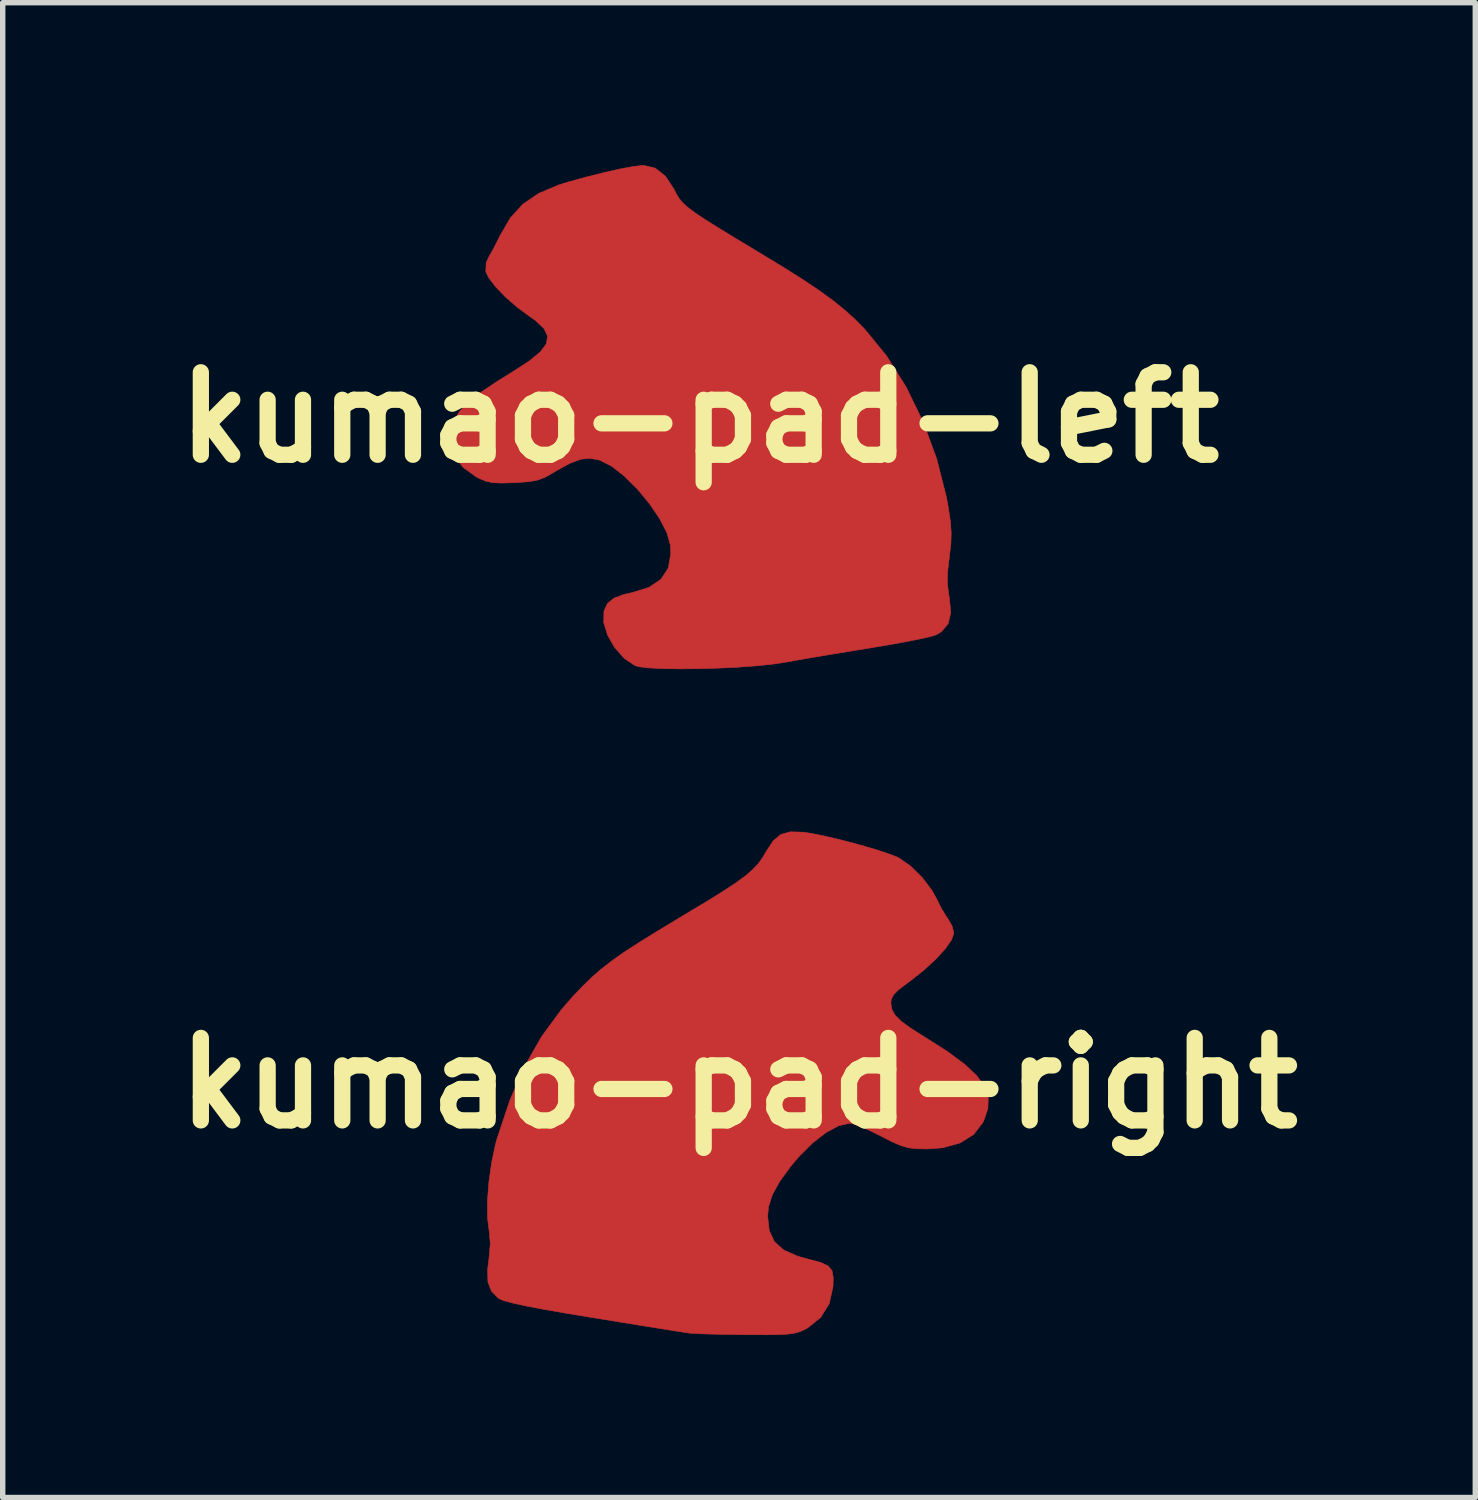
<source format=kicad_pcb>
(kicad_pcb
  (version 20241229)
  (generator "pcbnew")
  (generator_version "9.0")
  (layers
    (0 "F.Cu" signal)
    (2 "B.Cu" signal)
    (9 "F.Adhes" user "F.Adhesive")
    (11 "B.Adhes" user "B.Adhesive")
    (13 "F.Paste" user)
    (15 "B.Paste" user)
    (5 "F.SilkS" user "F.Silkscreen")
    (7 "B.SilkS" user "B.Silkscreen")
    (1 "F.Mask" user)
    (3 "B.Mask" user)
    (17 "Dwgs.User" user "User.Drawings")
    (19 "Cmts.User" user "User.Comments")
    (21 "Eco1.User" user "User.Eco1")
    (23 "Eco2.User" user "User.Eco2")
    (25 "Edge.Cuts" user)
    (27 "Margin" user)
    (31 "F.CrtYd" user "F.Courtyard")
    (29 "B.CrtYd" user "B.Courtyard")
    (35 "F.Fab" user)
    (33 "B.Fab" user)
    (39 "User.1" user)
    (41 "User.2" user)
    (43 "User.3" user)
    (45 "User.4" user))
  (footprint "kumao-pad-right"
    (layer "F.Cu")
    (at 10.603 16.959)
    (property "Reference" "kumao-pad-right" (at 0 0 0) (layer "F.SilkS") (effects (font (size 1.524 1.524) (thickness 0.3))))
    (attr smd)
    (fp_poly (pts (xy 1.187 -4.635) (xy 1.333 -4.613) (xy 1.587 -4.562) (xy 1.88 -4.493) (xy 2.185 -4.413) (xy 2.476 -4.329) (xy 2.726 -4.249) (xy 2.909 -4.18) (xy 2.953 -4.159) (xy 3.168 -4.01) (xy 3.383 -3.798) (xy 3.564 -3.56) (xy 3.65 -3.404) (xy 3.737 -3.229) (xy 3.832 -3.073) (xy 3.861 -3.033) (xy 3.938 -2.897) (xy 3.969 -2.769) (xy 3.927 -2.648) (xy 3.813 -2.484) (xy 3.64 -2.294) (xy 3.424 -2.094) (xy 3.179 -1.899) (xy 3.135 -1.867) (xy 2.96 -1.735) (xy 2.858 -1.636) (xy 2.812 -1.549) (xy 2.805 -1.483) (xy 2.821 -1.368) (xy 2.878 -1.26) (xy 2.991 -1.146) (xy 3.171 -1.014) (xy 3.433 -0.848) (xy 3.44 -0.844) (xy 3.85 -0.583) (xy 4.166 -0.349) (xy 4.394 -0.134) (xy 4.538 0.069) (xy 4.604 0.268) (xy 4.597 0.472) (xy 4.524 0.688) (xy 4.502 0.732) (xy 4.333 0.951) (xy 4.083 1.107) (xy 3.761 1.196) (xy 3.474 1.217) (xy 3.278 1.213) (xy 3.126 1.195) (xy 2.983 1.153) (xy 2.813 1.077) (xy 2.622 0.979) (xy 2.413 0.875) (xy 2.226 0.794) (xy 2.089 0.748) (xy 2.046 0.741) (xy 1.845 0.786) (xy 1.61 0.912) (xy 1.356 1.109) (xy 1.1 1.365) (xy 0.96 1.531) (xy 0.751 1.818) (xy 0.616 2.063) (xy 0.545 2.284) (xy 0.529 2.461) (xy 0.559 2.727) (xy 0.655 2.932) (xy 0.827 3.086) (xy 1.087 3.2) (xy 1.272 3.251) (xy 1.501 3.311) (xy 1.643 3.376) (xy 1.718 3.465) (xy 1.741 3.598) (xy 1.736 3.763) (xy 1.666 4.076) (xy 1.508 4.331) (xy 1.263 4.526) (xy 1.216 4.551) (xy 1.129 4.591) (xy 1.033 4.619) (xy 0.91 4.637) (xy 0.741 4.647) (xy 0.507 4.65) (xy 0.189 4.649) (xy 0.121 4.649) (xy -0.187 4.645) (xy -0.469 4.639) (xy -0.702 4.632) (xy -0.866 4.624) (xy -0.926 4.618) (xy -1.017 4.604) (xy -1.198 4.576) (xy -1.455 4.535) (xy -1.773 4.484) (xy -2.139 4.425) (xy -2.538 4.36) (xy -2.699 4.334) (xy -3.207 4.25) (xy -3.618 4.178) (xy -3.939 4.117) (xy -4.176 4.065) (xy -4.338 4.022) (xy -4.431 3.984) (xy -4.445 3.975) (xy -4.574 3.844) (xy -4.639 3.674) (xy -4.645 3.445) (xy -4.622 3.269) (xy -4.595 2.96) (xy -4.617 2.726) (xy -4.647 2.487) (xy -4.648 2.177) (xy -4.621 1.827) (xy -4.571 1.468) (xy -4.499 1.13) (xy -4.472 1.032) (xy -4.235 0.321) (xy -3.963 -0.305) (xy -3.646 -0.861) (xy -3.276 -1.364) (xy -3.049 -1.622) (xy -2.877 -1.801) (xy -2.713 -1.96) (xy -2.542 -2.109) (xy -2.351 -2.257) (xy -2.127 -2.415) (xy -1.855 -2.592) (xy -1.522 -2.798) (xy -1.115 -3.044) (xy -0.989 -3.12) (xy -0.603 -3.351) (xy -0.298 -3.541) (xy -0.062 -3.696) (xy 0.119 -3.828) (xy 0.255 -3.946) (xy 0.359 -4.058) (xy 0.442 -4.174) (xy 0.508 -4.287) (xy 0.634 -4.478) (xy 0.772 -4.593) (xy 0.949 -4.642) (xy 1.187 -4.635)) (stroke (width 0.01) (type solid)) (fill yes) (layer "F.Cu"))
    (fp_poly (pts (xy 1.187 -4.635) (xy 1.333 -4.613) (xy 1.587 -4.562) (xy 1.88 -4.493) (xy 2.185 -4.413) (xy 2.476 -4.329) (xy 2.726 -4.249) (xy 2.909 -4.18) (xy 2.953 -4.159) (xy 3.168 -4.01) (xy 3.383 -3.798) (xy 3.564 -3.56) (xy 3.65 -3.404) (xy 3.737 -3.229) (xy 3.832 -3.073) (xy 3.861 -3.033) (xy 3.938 -2.897) (xy 3.969 -2.769) (xy 3.927 -2.648) (xy 3.813 -2.484) (xy 3.64 -2.294) (xy 3.424 -2.094) (xy 3.179 -1.899) (xy 3.135 -1.867) (xy 2.96 -1.735) (xy 2.858 -1.636) (xy 2.812 -1.549) (xy 2.805 -1.483) (xy 2.821 -1.368) (xy 2.878 -1.26) (xy 2.991 -1.146) (xy 3.171 -1.014) (xy 3.433 -0.848) (xy 3.44 -0.844) (xy 3.85 -0.583) (xy 4.166 -0.349) (xy 4.394 -0.134) (xy 4.538 0.069) (xy 4.604 0.268) (xy 4.597 0.472) (xy 4.524 0.688) (xy 4.502 0.732) (xy 4.333 0.951) (xy 4.083 1.107) (xy 3.761 1.196) (xy 3.474 1.217) (xy 3.278 1.213) (xy 3.126 1.195) (xy 2.983 1.153) (xy 2.813 1.077) (xy 2.622 0.979) (xy 2.413 0.875) (xy 2.226 0.794) (xy 2.089 0.748) (xy 2.046 0.741) (xy 1.845 0.786) (xy 1.61 0.912) (xy 1.356 1.109) (xy 1.1 1.365) (xy 0.96 1.531) (xy 0.751 1.818) (xy 0.616 2.063) (xy 0.545 2.284) (xy 0.529 2.461) (xy 0.559 2.727) (xy 0.655 2.932) (xy 0.827 3.086) (xy 1.087 3.2) (xy 1.272 3.251) (xy 1.501 3.311) (xy 1.643 3.376) (xy 1.718 3.465) (xy 1.741 3.598) (xy 1.736 3.763) (xy 1.666 4.076) (xy 1.508 4.331) (xy 1.263 4.526) (xy 1.216 4.551) (xy 1.129 4.591) (xy 1.033 4.619) (xy 0.91 4.637) (xy 0.741 4.647) (xy 0.507 4.65) (xy 0.189 4.649) (xy 0.121 4.649) (xy -0.187 4.645) (xy -0.469 4.639) (xy -0.702 4.632) (xy -0.866 4.624) (xy -0.926 4.618) (xy -1.017 4.604) (xy -1.198 4.576) (xy -1.455 4.535) (xy -1.773 4.484) (xy -2.139 4.425) (xy -2.538 4.36) (xy -2.699 4.334) (xy -3.207 4.25) (xy -3.618 4.178) (xy -3.939 4.117) (xy -4.176 4.065) (xy -4.338 4.022) (xy -4.431 3.984) (xy -4.445 3.975) (xy -4.574 3.844) (xy -4.639 3.674) (xy -4.645 3.445) (xy -4.622 3.269) (xy -4.595 2.96) (xy -4.617 2.726) (xy -4.647 2.487) (xy -4.648 2.177) (xy -4.621 1.827) (xy -4.571 1.468) (xy -4.499 1.13) (xy -4.472 1.032) (xy -4.235 0.321) (xy -3.963 -0.305) (xy -3.646 -0.861) (xy -3.276 -1.364) (xy -3.049 -1.622) (xy -2.877 -1.801) (xy -2.713 -1.96) (xy -2.542 -2.109) (xy -2.351 -2.257) (xy -2.127 -2.415) (xy -1.855 -2.592) (xy -1.522 -2.798) (xy -1.115 -3.044) (xy -0.989 -3.12) (xy -0.603 -3.351) (xy -0.298 -3.541) (xy -0.062 -3.696) (xy 0.119 -3.828) (xy 0.255 -3.946) (xy 0.359 -4.058) (xy 0.442 -4.174) (xy 0.508 -4.287) (xy 0.634 -4.478) (xy 0.772 -4.593) (xy 0.949 -4.642) (xy 1.187 -4.635)) (stroke (width 0.01) (type solid)) (fill yes) (layer "F.Mask"))
    (fp_poly (pts (xy 1.187 -4.635) (xy 1.333 -4.613) (xy 1.587 -4.562) (xy 1.88 -4.493) (xy 2.185 -4.413) (xy 2.476 -4.329) (xy 2.726 -4.249) (xy 2.909 -4.18) (xy 2.953 -4.159) (xy 3.168 -4.01) (xy 3.383 -3.798) (xy 3.564 -3.56) (xy 3.65 -3.404) (xy 3.737 -3.229) (xy 3.832 -3.073) (xy 3.861 -3.033) (xy 3.938 -2.897) (xy 3.969 -2.769) (xy 3.927 -2.648) (xy 3.813 -2.484) (xy 3.64 -2.294) (xy 3.424 -2.094) (xy 3.179 -1.899) (xy 3.135 -1.867) (xy 2.96 -1.735) (xy 2.858 -1.636) (xy 2.812 -1.549) (xy 2.805 -1.483) (xy 2.821 -1.368) (xy 2.878 -1.26) (xy 2.991 -1.146) (xy 3.171 -1.014) (xy 3.433 -0.848) (xy 3.44 -0.844) (xy 3.85 -0.583) (xy 4.166 -0.349) (xy 4.394 -0.134) (xy 4.538 0.069) (xy 4.604 0.268) (xy 4.597 0.472) (xy 4.524 0.688) (xy 4.502 0.732) (xy 4.333 0.951) (xy 4.083 1.107) (xy 3.761 1.196) (xy 3.474 1.217) (xy 3.278 1.213) (xy 3.126 1.195) (xy 2.983 1.153) (xy 2.813 1.077) (xy 2.622 0.979) (xy 2.413 0.875) (xy 2.226 0.794) (xy 2.089 0.748) (xy 2.046 0.741) (xy 1.845 0.786) (xy 1.61 0.912) (xy 1.356 1.109) (xy 1.1 1.365) (xy 0.96 1.531) (xy 0.751 1.818) (xy 0.616 2.063) (xy 0.545 2.284) (xy 0.529 2.461) (xy 0.559 2.727) (xy 0.655 2.932) (xy 0.827 3.086) (xy 1.087 3.2) (xy 1.272 3.251) (xy 1.501 3.311) (xy 1.643 3.376) (xy 1.718 3.465) (xy 1.741 3.598) (xy 1.736 3.763) (xy 1.666 4.076) (xy 1.508 4.331) (xy 1.263 4.526) (xy 1.216 4.551) (xy 1.129 4.591) (xy 1.033 4.619) (xy 0.91 4.637) (xy 0.741 4.647) (xy 0.507 4.65) (xy 0.189 4.649) (xy 0.121 4.649) (xy -0.187 4.645) (xy -0.469 4.639) (xy -0.702 4.632) (xy -0.866 4.624) (xy -0.926 4.618) (xy -1.017 4.604) (xy -1.198 4.576) (xy -1.455 4.535) (xy -1.773 4.484) (xy -2.139 4.425) (xy -2.538 4.36) (xy -2.699 4.334) (xy -3.207 4.25) (xy -3.618 4.178) (xy -3.939 4.117) (xy -4.176 4.065) (xy -4.338 4.022) (xy -4.431 3.984) (xy -4.445 3.975) (xy -4.574 3.844) (xy -4.639 3.674) (xy -4.645 3.445) (xy -4.622 3.269) (xy -4.595 2.96) (xy -4.617 2.726) (xy -4.647 2.487) (xy -4.648 2.177) (xy -4.621 1.827) (xy -4.571 1.468) (xy -4.499 1.13) (xy -4.472 1.032) (xy -4.235 0.321) (xy -3.963 -0.305) (xy -3.646 -0.861) (xy -3.276 -1.364) (xy -3.049 -1.622) (xy -2.877 -1.801) (xy -2.713 -1.96) (xy -2.542 -2.109) (xy -2.351 -2.257) (xy -2.127 -2.415) (xy -1.855 -2.592) (xy -1.522 -2.798) (xy -1.115 -3.044) (xy -0.989 -3.12) (xy -0.603 -3.351) (xy -0.298 -3.541) (xy -0.062 -3.696) (xy 0.119 -3.828) (xy 0.255 -3.946) (xy 0.359 -4.058) (xy 0.442 -4.174) (xy 0.508 -4.287) (xy 0.634 -4.478) (xy 0.772 -4.593) (xy 0.949 -4.642) (xy 1.187 -4.635)) (stroke (width 0.01) (type solid)) (fill yes) (layer "F.Paste")))
  (footprint "kumao-pad-left"
    (layer "F.Cu")
    (at 9.877 4.662)
    (property "Reference" "kumao-pad-left" (at 0 0 0) (layer "F.SilkS") (effects (font (size 1.524 1.524) (thickness 0.3))))
    (attr smd)
    (fp_poly (pts (xy -0.823 -4.606) (xy -0.633 -4.457) (xy -0.477 -4.219) (xy -0.469 -4.204) (xy -0.425 -4.116) (xy -0.375 -4.037) (xy -0.309 -3.96) (xy -0.216 -3.877) (xy -0.085 -3.779) (xy 0.093 -3.66) (xy 0.331 -3.511) (xy 0.637 -3.324) (xy 1.023 -3.091) (xy 1.058 -3.07) (xy 1.513 -2.794) (xy 1.888 -2.558) (xy 2.196 -2.352) (xy 2.453 -2.166) (xy 2.671 -1.991) (xy 2.864 -1.817) (xy 3.046 -1.633) (xy 3.453 -1.135) (xy 3.817 -0.556) (xy 4.128 0.084) (xy 4.378 0.765) (xy 4.556 1.467) (xy 4.588 1.64) (xy 4.63 1.914) (xy 4.646 2.13) (xy 4.64 2.336) (xy 4.611 2.579) (xy 4.611 2.581) (xy 4.579 2.858) (xy 4.576 3.078) (xy 4.603 3.286) (xy 4.61 3.324) (xy 4.638 3.601) (xy 4.59 3.81) (xy 4.463 3.96) (xy 4.371 4.014) (xy 4.274 4.045) (xy 4.09 4.087) (xy 3.838 4.138) (xy 3.537 4.193) (xy 3.204 4.249) (xy 3.128 4.262) (xy 2.763 4.321) (xy 2.399 4.381) (xy 2.061 4.438) (xy 1.776 4.487) (xy 1.568 4.525) (xy 1.561 4.526) (xy 1.323 4.561) (xy 1.026 4.591) (xy 0.689 4.615) (xy 0.33 4.632) (xy -0.031 4.642) (xy -0.376 4.645) (xy -0.685 4.64) (xy -0.939 4.627) (xy -1.12 4.606) (xy -1.192 4.586) (xy -1.395 4.45) (xy -1.57 4.253) (xy -1.702 4.023) (xy -1.774 3.788) (xy -1.769 3.578) (xy -1.707 3.439) (xy -1.588 3.34) (xy -1.394 3.268) (xy -1.253 3.237) (xy -0.94 3.141) (xy -0.717 2.991) (xy -0.582 2.784) (xy -0.534 2.518) (xy -0.542 2.359) (xy -0.606 2.131) (xy -0.742 1.867) (xy -0.93 1.591) (xy -1.152 1.323) (xy -1.391 1.086) (xy -1.627 0.901) (xy -1.843 0.791) (xy -1.857 0.786) (xy -2.027 0.755) (xy -2.198 0.772) (xy -2.394 0.845) (xy -2.639 0.979) (xy -2.707 1.021) (xy -2.854 1.104) (xy -2.99 1.156) (xy -3.151 1.186) (xy -3.374 1.203) (xy -3.43 1.205) (xy -3.666 1.212) (xy -3.831 1.204) (xy -3.958 1.176) (xy -4.083 1.122) (xy -4.128 1.098) (xy -4.373 0.921) (xy -4.535 0.702) (xy -4.602 0.456) (xy -4.604 0.414) (xy -4.588 0.222) (xy -4.535 0.049) (xy -4.435 -0.114) (xy -4.276 -0.28) (xy -4.049 -0.46) (xy -3.744 -0.665) (xy -3.459 -0.841) (xy -3.154 -1.039) (xy -2.945 -1.21) (xy -2.832 -1.362) (xy -2.811 -1.505) (xy -2.879 -1.645) (xy -3.036 -1.792) (xy -3.149 -1.872) (xy -3.373 -2.037) (xy -3.586 -2.223) (xy -3.767 -2.41) (xy -3.896 -2.577) (xy -3.952 -2.691) (xy -3.945 -2.86) (xy -3.899 -2.96) (xy -3.827 -3.087) (xy -3.737 -3.261) (xy -3.688 -3.36) (xy -3.498 -3.687) (xy -3.265 -3.942) (xy -2.972 -4.141) (xy -2.6 -4.297) (xy -2.452 -4.343) (xy -2.103 -4.44) (xy -1.768 -4.524) (xy -1.467 -4.592) (xy -1.222 -4.637) (xy -1.053 -4.656) (xy -1.037 -4.657) (xy -0.823 -4.606)) (stroke (width 0.01) (type solid)) (fill yes) (layer "F.Cu"))
    (fp_poly (pts (xy -0.823 -4.606) (xy -0.633 -4.457) (xy -0.477 -4.219) (xy -0.469 -4.204) (xy -0.425 -4.116) (xy -0.375 -4.037) (xy -0.309 -3.96) (xy -0.216 -3.877) (xy -0.085 -3.779) (xy 0.093 -3.66) (xy 0.331 -3.511) (xy 0.637 -3.324) (xy 1.023 -3.091) (xy 1.058 -3.07) (xy 1.513 -2.794) (xy 1.888 -2.558) (xy 2.196 -2.352) (xy 2.453 -2.166) (xy 2.671 -1.991) (xy 2.864 -1.817) (xy 3.046 -1.633) (xy 3.453 -1.135) (xy 3.817 -0.556) (xy 4.128 0.084) (xy 4.378 0.765) (xy 4.556 1.467) (xy 4.588 1.64) (xy 4.63 1.914) (xy 4.646 2.13) (xy 4.64 2.336) (xy 4.611 2.579) (xy 4.611 2.581) (xy 4.579 2.858) (xy 4.576 3.078) (xy 4.603 3.286) (xy 4.61 3.324) (xy 4.638 3.601) (xy 4.59 3.81) (xy 4.463 3.96) (xy 4.371 4.014) (xy 4.274 4.045) (xy 4.09 4.087) (xy 3.838 4.138) (xy 3.537 4.193) (xy 3.204 4.249) (xy 3.128 4.262) (xy 2.763 4.321) (xy 2.399 4.381) (xy 2.061 4.438) (xy 1.776 4.487) (xy 1.568 4.525) (xy 1.561 4.526) (xy 1.323 4.561) (xy 1.026 4.591) (xy 0.689 4.615) (xy 0.33 4.632) (xy -0.031 4.642) (xy -0.376 4.645) (xy -0.685 4.64) (xy -0.939 4.627) (xy -1.12 4.606) (xy -1.192 4.586) (xy -1.395 4.45) (xy -1.57 4.253) (xy -1.702 4.023) (xy -1.774 3.788) (xy -1.769 3.578) (xy -1.707 3.439) (xy -1.588 3.34) (xy -1.394 3.268) (xy -1.253 3.237) (xy -0.94 3.141) (xy -0.717 2.991) (xy -0.582 2.784) (xy -0.534 2.518) (xy -0.542 2.359) (xy -0.606 2.131) (xy -0.742 1.867) (xy -0.93 1.591) (xy -1.152 1.323) (xy -1.391 1.086) (xy -1.627 0.901) (xy -1.843 0.791) (xy -1.857 0.786) (xy -2.027 0.755) (xy -2.198 0.772) (xy -2.394 0.845) (xy -2.639 0.979) (xy -2.707 1.021) (xy -2.854 1.104) (xy -2.99 1.156) (xy -3.151 1.186) (xy -3.374 1.203) (xy -3.43 1.205) (xy -3.666 1.212) (xy -3.831 1.204) (xy -3.958 1.176) (xy -4.083 1.122) (xy -4.128 1.098) (xy -4.373 0.921) (xy -4.535 0.702) (xy -4.602 0.456) (xy -4.604 0.414) (xy -4.588 0.222) (xy -4.535 0.049) (xy -4.435 -0.114) (xy -4.276 -0.28) (xy -4.049 -0.46) (xy -3.744 -0.665) (xy -3.459 -0.841) (xy -3.154 -1.039) (xy -2.945 -1.21) (xy -2.832 -1.362) (xy -2.811 -1.505) (xy -2.879 -1.645) (xy -3.036 -1.792) (xy -3.149 -1.872) (xy -3.373 -2.037) (xy -3.586 -2.223) (xy -3.767 -2.41) (xy -3.896 -2.577) (xy -3.952 -2.691) (xy -3.945 -2.86) (xy -3.899 -2.96) (xy -3.827 -3.087) (xy -3.737 -3.261) (xy -3.688 -3.36) (xy -3.498 -3.687) (xy -3.265 -3.942) (xy -2.972 -4.141) (xy -2.6 -4.297) (xy -2.452 -4.343) (xy -2.103 -4.44) (xy -1.768 -4.524) (xy -1.467 -4.592) (xy -1.222 -4.637) (xy -1.053 -4.656) (xy -1.037 -4.657) (xy -0.823 -4.606)) (stroke (width 0.01) (type solid)) (fill yes) (layer "F.Mask"))
    (fp_poly (pts (xy -0.823 -4.606) (xy -0.633 -4.457) (xy -0.477 -4.219) (xy -0.469 -4.204) (xy -0.425 -4.116) (xy -0.375 -4.037) (xy -0.309 -3.96) (xy -0.216 -3.877) (xy -0.085 -3.779) (xy 0.093 -3.66) (xy 0.331 -3.511) (xy 0.637 -3.324) (xy 1.023 -3.091) (xy 1.058 -3.07) (xy 1.513 -2.794) (xy 1.888 -2.558) (xy 2.196 -2.352) (xy 2.453 -2.166) (xy 2.671 -1.991) (xy 2.864 -1.817) (xy 3.046 -1.633) (xy 3.453 -1.135) (xy 3.817 -0.556) (xy 4.128 0.084) (xy 4.378 0.765) (xy 4.556 1.467) (xy 4.588 1.64) (xy 4.63 1.914) (xy 4.646 2.13) (xy 4.64 2.336) (xy 4.611 2.579) (xy 4.611 2.581) (xy 4.579 2.858) (xy 4.576 3.078) (xy 4.603 3.286) (xy 4.61 3.324) (xy 4.638 3.601) (xy 4.59 3.81) (xy 4.463 3.96) (xy 4.371 4.014) (xy 4.274 4.045) (xy 4.09 4.087) (xy 3.838 4.138) (xy 3.537 4.193) (xy 3.204 4.249) (xy 3.128 4.262) (xy 2.763 4.321) (xy 2.399 4.381) (xy 2.061 4.438) (xy 1.776 4.487) (xy 1.568 4.525) (xy 1.561 4.526) (xy 1.323 4.561) (xy 1.026 4.591) (xy 0.689 4.615) (xy 0.33 4.632) (xy -0.031 4.642) (xy -0.376 4.645) (xy -0.685 4.64) (xy -0.939 4.627) (xy -1.12 4.606) (xy -1.192 4.586) (xy -1.395 4.45) (xy -1.57 4.253) (xy -1.702 4.023) (xy -1.774 3.788) (xy -1.769 3.578) (xy -1.707 3.439) (xy -1.588 3.34) (xy -1.394 3.268) (xy -1.253 3.237) (xy -0.94 3.141) (xy -0.717 2.991) (xy -0.582 2.784) (xy -0.534 2.518) (xy -0.542 2.359) (xy -0.606 2.131) (xy -0.742 1.867) (xy -0.93 1.591) (xy -1.152 1.323) (xy -1.391 1.086) (xy -1.627 0.901) (xy -1.843 0.791) (xy -1.857 0.786) (xy -2.027 0.755) (xy -2.198 0.772) (xy -2.394 0.845) (xy -2.639 0.979) (xy -2.707 1.021) (xy -2.854 1.104) (xy -2.99 1.156) (xy -3.151 1.186) (xy -3.374 1.203) (xy -3.43 1.205) (xy -3.666 1.212) (xy -3.831 1.204) (xy -3.958 1.176) (xy -4.083 1.122) (xy -4.128 1.098) (xy -4.373 0.921) (xy -4.535 0.702) (xy -4.602 0.456) (xy -4.604 0.414) (xy -4.588 0.222) (xy -4.535 0.049) (xy -4.435 -0.114) (xy -4.276 -0.28) (xy -4.049 -0.46) (xy -3.744 -0.665) (xy -3.459 -0.841) (xy -3.154 -1.039) (xy -2.945 -1.21) (xy -2.832 -1.362) (xy -2.811 -1.505) (xy -2.879 -1.645) (xy -3.036 -1.792) (xy -3.149 -1.872) (xy -3.373 -2.037) (xy -3.586 -2.223) (xy -3.767 -2.41) (xy -3.896 -2.577) (xy -3.952 -2.691) (xy -3.945 -2.86) (xy -3.899 -2.96) (xy -3.827 -3.087) (xy -3.737 -3.261) (xy -3.688 -3.36) (xy -3.498 -3.687) (xy -3.265 -3.942) (xy -2.972 -4.141) (xy -2.6 -4.297) (xy -2.452 -4.343) (xy -2.103 -4.44) (xy -1.768 -4.524) (xy -1.467 -4.592) (xy -1.222 -4.637) (xy -1.053 -4.656) (xy -1.037 -4.657) (xy -0.823 -4.606)) (stroke (width 0.01) (type solid)) (fill yes) (layer "F.Paste")))
  (gr_rect
    (start -3 -3)
    (end 24.205 24.615)
    (stroke (width 0.1) (type default))
    (fill no)
    (layer "Edge.Cuts")))
</source>
